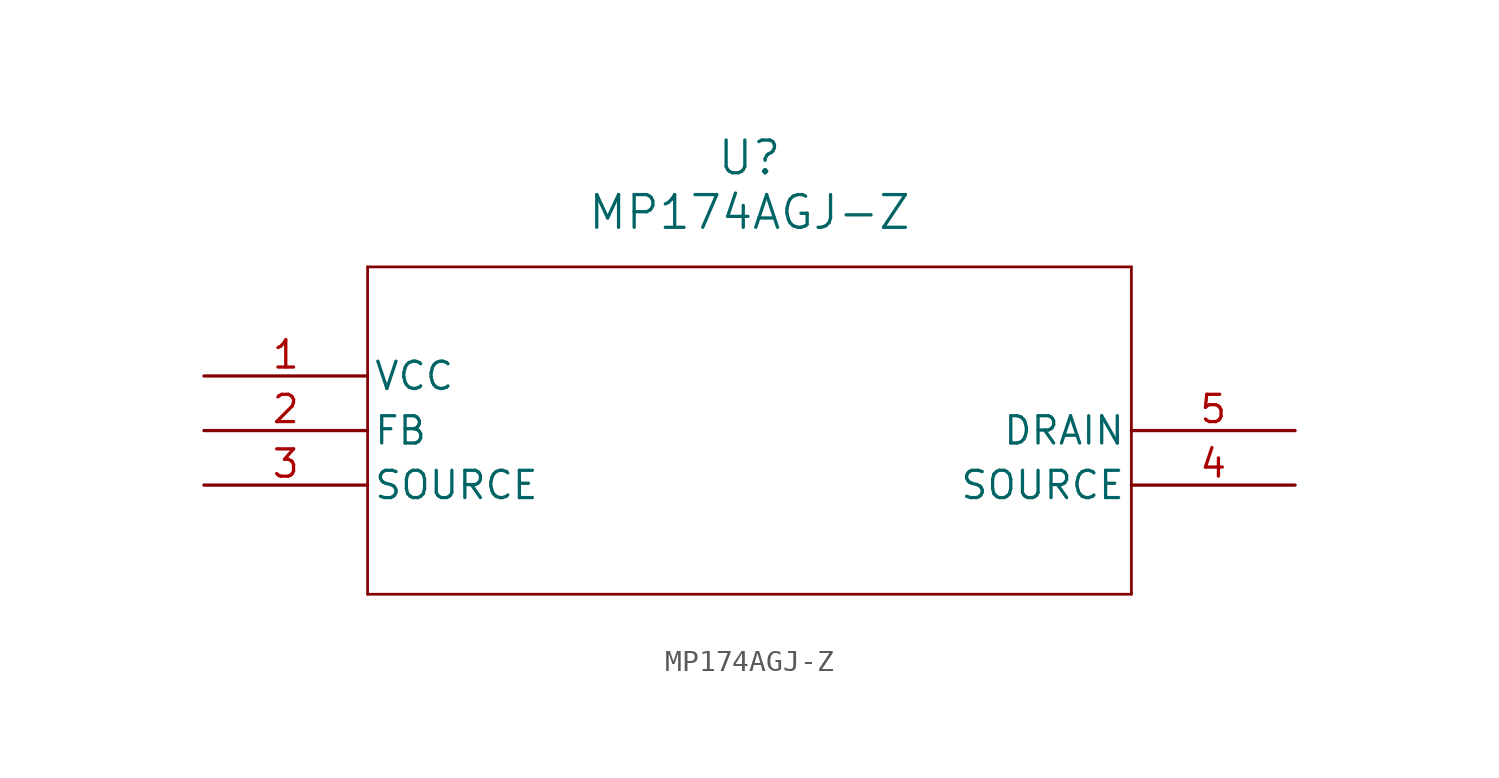
<source format=kicad_sym>
(kicad_symbol_lib
  (version 20211014)
  (generator kicad_symbol_editor)
  (symbol "MP174AGJ-Z"
    (pin_names
      (offset 0.254))
    (property "Reference" "U"
      (at 25.4 10.16 0)
      (effects (font (size 1.524 1.524))))
    (property "Value" "MP174AGJ-Z"
      (at 25.4 7.62 0)
      (effects (font (size 1.524 1.524))))
    (symbol "MP174AGJ-Z_0_1"
      (polyline (pts (xy 7.62 5.08) (xy 7.62 -10.16)) (stroke (width 0.127) (type default) (color 0 0 0 0)) (fill (type none)))
      (polyline (pts (xy 7.62 -10.16) (xy 43.18 -10.16)) (stroke (width 0.127) (type default) (color 0 0 0 0)) (fill (type none)))
      (polyline (pts (xy 43.18 -10.16) (xy 43.18 5.08)) (stroke (width 0.127) (type default) (color 0 0 0 0)) (fill (type none)))
      (polyline (pts (xy 43.18 5.08) (xy 7.62 5.08)) (stroke (width 0.127) (type default) (color 0 0 0 0)) (fill (type none)))
      (pin power_in line (at 0 0 0) (length 7.62) (name "VCC" (effects (font (size 1.27 1.27)))) (number "1" (effects (font (size 1.27 1.27)))))
      (pin unspecified line (at 0 -2.54 0) (length 7.62) (name "FB" (effects (font (size 1.27 1.27)))) (number "2" (effects (font (size 1.27 1.27)))))
      (pin unspecified line (at 0 -5.08 0) (length 7.62) (name "SOURCE" (effects (font (size 1.27 1.27)))) (number "3" (effects (font (size 1.27 1.27)))))
      (pin unspecified line (at 50.8 -5.08 180) (length 7.62) (name "SOURCE" (effects (font (size 1.27 1.27)))) (number "4" (effects (font (size 1.27 1.27)))))
      (pin input line (at 50.8 -2.54 180) (length 7.62) (name "DRAIN" (effects (font (size 1.27 1.27)))) (number "5" (effects (font (size 1.27 1.27))))))))
</source>
